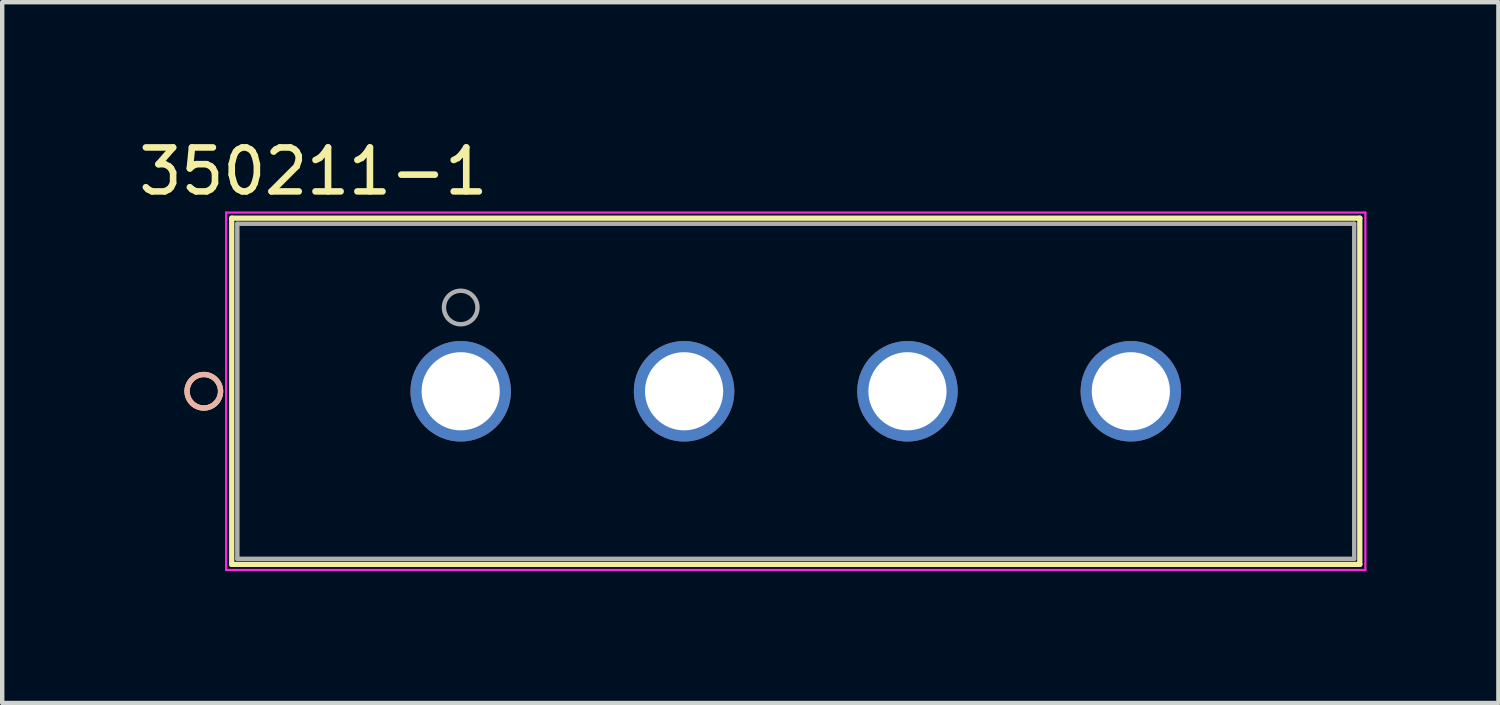
<source format=kicad_pcb>
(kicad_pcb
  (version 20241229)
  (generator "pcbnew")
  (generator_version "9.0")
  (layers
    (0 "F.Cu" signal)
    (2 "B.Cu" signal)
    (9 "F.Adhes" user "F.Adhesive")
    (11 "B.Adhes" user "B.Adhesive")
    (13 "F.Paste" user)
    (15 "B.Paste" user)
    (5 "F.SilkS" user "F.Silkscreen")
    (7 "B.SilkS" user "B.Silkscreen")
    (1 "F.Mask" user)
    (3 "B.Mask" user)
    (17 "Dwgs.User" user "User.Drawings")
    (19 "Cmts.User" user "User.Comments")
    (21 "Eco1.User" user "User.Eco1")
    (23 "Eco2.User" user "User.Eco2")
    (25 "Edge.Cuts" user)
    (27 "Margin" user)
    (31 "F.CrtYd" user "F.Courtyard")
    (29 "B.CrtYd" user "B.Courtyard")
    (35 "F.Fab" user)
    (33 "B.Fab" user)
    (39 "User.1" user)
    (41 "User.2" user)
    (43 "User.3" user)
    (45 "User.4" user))
  (footprint "350211-1"
    (layer "F.Cu")
    (at 7.427 5.848)
    (property "Reference" "350211-1" (at -3.35 -5 0) (layer "F.SilkS") (effects (font (size 1 1) (thickness 0.15))))
    (attr through_hole)
    (fp_line (start -5.207 -3.937) (end -5.207 3.937) (stroke (width 0.12) (type solid)) (layer "F.SilkS"))
    (fp_line (start -5.207 3.937) (end 20.447 3.937) (stroke (width 0.12) (type solid)) (layer "F.SilkS"))
    (fp_line (start 20.447 -3.937) (end -5.207 -3.937) (stroke (width 0.12) (type solid)) (layer "F.SilkS"))
    (fp_line (start 20.447 3.937) (end 20.447 -3.937) (stroke (width 0.12) (type solid)) (layer "F.SilkS"))
    (fp_circle (center -5.842 0) (end -5.461 0) (stroke (width 0.12) (type solid)) (fill no) (layer "F.SilkS"))
    (fp_circle (center -5.842 0) (end -5.461 0) (stroke (width 0.12) (type solid)) (fill no) (layer "B.SilkS"))
    (fp_line (start -5.334 -4.064) (end -5.334 4.064) (stroke (width 0.05) (type solid)) (layer "F.CrtYd"))
    (fp_line (start -5.334 4.064) (end 20.574 4.064) (stroke (width 0.05) (type solid)) (layer "F.CrtYd"))
    (fp_line (start 20.574 -4.064) (end -5.334 -4.064) (stroke (width 0.05) (type solid)) (layer "F.CrtYd"))
    (fp_line (start 20.574 4.064) (end 20.574 -4.064) (stroke (width 0.05) (type solid)) (layer "F.CrtYd"))
    (fp_line (start -5.08 -3.81) (end -5.08 3.81) (stroke (width 0.1) (type solid)) (layer "F.Fab"))
    (fp_line (start -5.08 3.81) (end 20.32 3.81) (stroke (width 0.1) (type solid)) (layer "F.Fab"))
    (fp_line (start 20.32 -3.81) (end -5.08 -3.81) (stroke (width 0.1) (type solid)) (layer "F.Fab"))
    (fp_line (start 20.32 3.81) (end 20.32 -3.81) (stroke (width 0.1) (type solid)) (layer "F.Fab"))
    (fp_circle (center 0 -1.905) (end 0.381 -1.905) (stroke (width 0.1) (type solid)) (fill no) (layer "F.Fab"))
    (pad "1" thru_hole circle (at 0 0) (size 2.286 2.286) (drill 1.778) (layers "*.Cu" "*.Mask"))
    (pad "2" thru_hole circle (at 5.08 0) (size 2.286 2.286) (drill 1.778) (layers "*.Cu" "*.Mask"))
    (pad "3" thru_hole circle (at 10.16 0) (size 2.286 2.286) (drill 1.778) (layers "*.Cu" "*.Mask"))
    (pad "4" thru_hole circle (at 15.24 0) (size 2.286 2.286) (drill 1.778) (layers "*.Cu" "*.Mask")))
  (gr_rect
    (start -3 -3)
    (end 31.026 12.937)
    (stroke (width 0.1) (type default))
    (fill no)
    (layer "Edge.Cuts")))
</source>
